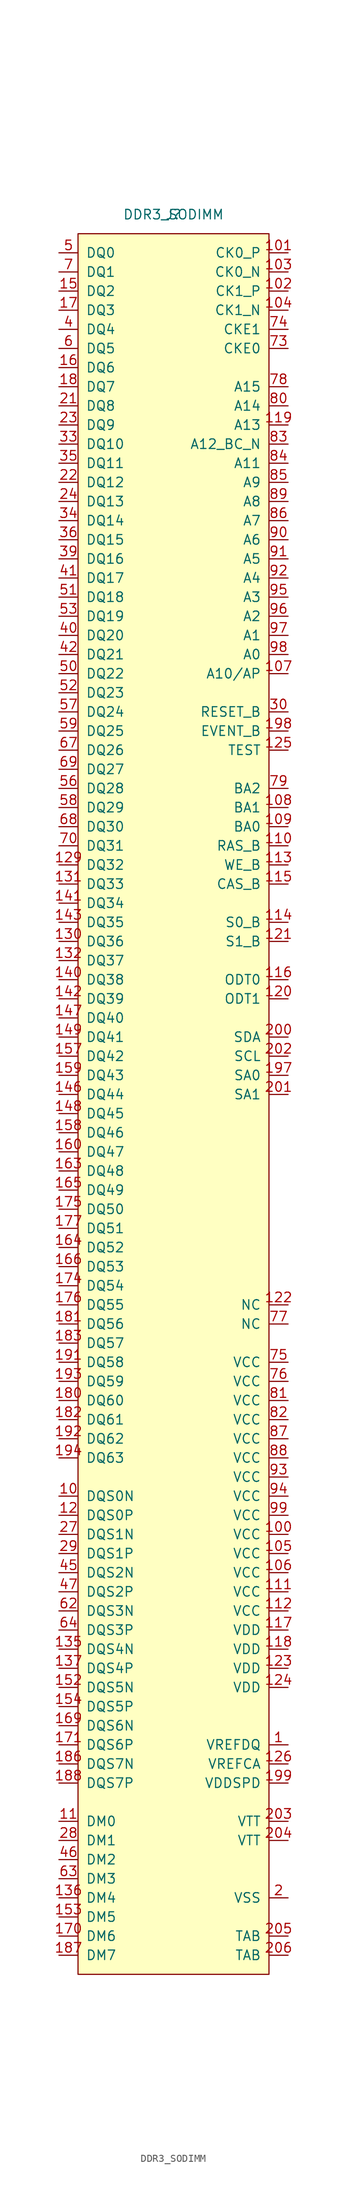
<source format=kicad_sym>
(kicad_symbol_lib
  (version 20231120)
  (generator "kicad_symbol_editor")
  (generator_version "8.0")
  (symbol "DDR3_SODIMM"
    (pin_names
      (offset 1.016))
    (property "Reference" "J"
      (at 0 0 0)
      (effects (font (size 1.27 1.27))))
    (property "Value" "DDR3_SODIMM"
      (at 0 0 0)
      (effects (font (size 1.27 1.27))))
    (symbol "DDR3_SODIMM_0_1"
      (rectangle (start -12.7 -2.54) (end 12.7 -233.68) (stroke (width 0) (type default)) (fill (type background))))
    (symbol "DDR3_SODIMM_1_1"
      (pin power_in line (at 15.24 -203.2 180) (length 2.54) (name "VREFDQ" (effects (font (size 1.27 1.27)))) (number "1" (effects (font (size 1.27 1.27)))))
      (pin bidirectional line (at -15.24 -170.18 0) (length 2.54) (name "DQS0N" (effects (font (size 1.27 1.27)))) (number "10" (effects (font (size 1.27 1.27)))))
      (pin power_in line (at 15.24 -175.26 180) (length 2.54) (name "VCC" (effects (font (size 1.27 1.27)))) (number "100" (effects (font (size 1.27 1.27)))))
      (pin input line (at 15.24 -5.08 180) (length 2.54) (name "CK0_P" (effects (font (size 1.27 1.27)))) (number "101" (effects (font (size 1.27 1.27)))))
      (pin input line (at 15.24 -10.16 180) (length 2.54) (name "CK1_P" (effects (font (size 1.27 1.27)))) (number "102" (effects (font (size 1.27 1.27)))))
      (pin input line (at 15.24 -7.62 180) (length 2.54) (name "CK0_N" (effects (font (size 1.27 1.27)))) (number "103" (effects (font (size 1.27 1.27)))))
      (pin input line (at 15.24 -12.7 180) (length 2.54) (name "CK1_N" (effects (font (size 1.27 1.27)))) (number "104" (effects (font (size 1.27 1.27)))))
      (pin power_in line (at 15.24 -177.8 180) (length 2.54) (name "VCC" (effects (font (size 1.27 1.27)))) (number "105" (effects (font (size 1.27 1.27)))))
      (pin power_in line (at 15.24 -180.34 180) (length 2.54) (name "VCC" (effects (font (size 1.27 1.27)))) (number "106" (effects (font (size 1.27 1.27)))))
      (pin input line (at 15.24 -60.96 180) (length 2.54) (name "A10/AP" (effects (font (size 1.27 1.27)))) (number "107" (effects (font (size 1.27 1.27)))))
      (pin input line (at 15.24 -78.74 180) (length 2.54) (name "BA1" (effects (font (size 1.27 1.27)))) (number "108" (effects (font (size 1.27 1.27)))))
      (pin input line (at 15.24 -81.28 180) (length 2.54) (name "BA0" (effects (font (size 1.27 1.27)))) (number "109" (effects (font (size 1.27 1.27)))))
      (pin input line (at -15.24 -213.36 0) (length 2.54) (name "DM0" (effects (font (size 1.27 1.27)))) (number "11" (effects (font (size 1.27 1.27)))))
      (pin input line (at 15.24 -83.82 180) (length 2.54) (name "RAS_B" (effects (font (size 1.27 1.27)))) (number "110" (effects (font (size 1.27 1.27)))))
      (pin power_in line (at 15.24 -182.88 180) (length 2.54) (name "VCC" (effects (font (size 1.27 1.27)))) (number "111" (effects (font (size 1.27 1.27)))))
      (pin power_in line (at 15.24 -185.42 180) (length 2.54) (name "VCC" (effects (font (size 1.27 1.27)))) (number "112" (effects (font (size 1.27 1.27)))))
      (pin input line (at 15.24 -86.36 180) (length 2.54) (name "WE_B" (effects (font (size 1.27 1.27)))) (number "113" (effects (font (size 1.27 1.27)))))
      (pin input line (at 15.24 -93.98 180) (length 2.54) (name "S0_B" (effects (font (size 1.27 1.27)))) (number "114" (effects (font (size 1.27 1.27)))))
      (pin input line (at 15.24 -88.9 180) (length 2.54) (name "CAS_B" (effects (font (size 1.27 1.27)))) (number "115" (effects (font (size 1.27 1.27)))))
      (pin input line (at 15.24 -101.6 180) (length 2.54) (name "ODT0" (effects (font (size 1.27 1.27)))) (number "116" (effects (font (size 1.27 1.27)))))
      (pin power_in line (at 15.24 -187.96 180) (length 2.54) (name "VDD" (effects (font (size 1.27 1.27)))) (number "117" (effects (font (size 1.27 1.27)))))
      (pin power_in line (at 15.24 -190.5 180) (length 2.54) (name "VDD" (effects (font (size 1.27 1.27)))) (number "118" (effects (font (size 1.27 1.27)))))
      (pin input line (at 15.24 -27.94 180) (length 2.54) (name "A13" (effects (font (size 1.27 1.27)))) (number "119" (effects (font (size 1.27 1.27)))))
      (pin bidirectional line (at -15.24 -172.72 0) (length 2.54) (name "DQS0P" (effects (font (size 1.27 1.27)))) (number "12" (effects (font (size 1.27 1.27)))))
      (pin input line (at 15.24 -104.14 180) (length 2.54) (name "ODT1" (effects (font (size 1.27 1.27)))) (number "120" (effects (font (size 1.27 1.27)))))
      (pin input line (at 15.24 -96.52 180) (length 2.54) (name "S1_B" (effects (font (size 1.27 1.27)))) (number "121" (effects (font (size 1.27 1.27)))))
      (pin passive line (at 15.24 -144.78 180) (length 2.54) (name "NC" (effects (font (size 1.27 1.27)))) (number "122" (effects (font (size 1.27 1.27)))))
      (pin power_in line (at 15.24 -193.04 180) (length 2.54) (name "VDD" (effects (font (size 1.27 1.27)))) (number "123" (effects (font (size 1.27 1.27)))))
      (pin power_in line (at 15.24 -195.58 180) (length 2.54) (name "VDD" (effects (font (size 1.27 1.27)))) (number "124" (effects (font (size 1.27 1.27)))))
      (pin input line (at 15.24 -71.12 180) (length 2.54) (name "TEST" (effects (font (size 1.27 1.27)))) (number "125" (effects (font (size 1.27 1.27)))))
      (pin power_in line (at 15.24 -205.74 180) (length 2.54) (name "VREFCA" (effects (font (size 1.27 1.27)))) (number "126" (effects (font (size 1.27 1.27)))))
      (pin power_in line (at 15.24 -223.52 180) (length 2.54) hide (name "VSS" (effects (font (size 1.27 1.27)))) (number "127" (effects (font (size 1.27 1.27)))))
      (pin power_in line (at 15.24 -223.52 180) (length 2.54) hide (name "VSS" (effects (font (size 1.27 1.27)))) (number "128" (effects (font (size 1.27 1.27)))))
      (pin bidirectional line (at -15.24 -86.36 0) (length 2.54) (name "DQ32" (effects (font (size 1.27 1.27)))) (number "129" (effects (font (size 1.27 1.27)))))
      (pin power_in line (at 15.24 -223.52 180) (length 2.54) hide (name "VSS" (effects (font (size 1.27 1.27)))) (number "13" (effects (font (size 1.27 1.27)))))
      (pin power_in line (at 15.24 -223.52 180) (length 2.54) hide (name "VSS" (effects (font (size 1.27 1.27)))) (number "13" (effects (font (size 1.27 1.27)))))
      (pin bidirectional line (at -15.24 -96.52 0) (length 2.54) (name "DQ36" (effects (font (size 1.27 1.27)))) (number "130" (effects (font (size 1.27 1.27)))))
      (pin bidirectional line (at -15.24 -88.9 0) (length 2.54) (name "DQ33" (effects (font (size 1.27 1.27)))) (number "131" (effects (font (size 1.27 1.27)))))
      (pin bidirectional line (at -15.24 -99.06 0) (length 2.54) (name "DQ37" (effects (font (size 1.27 1.27)))) (number "132" (effects (font (size 1.27 1.27)))))
      (pin power_in line (at 15.24 -223.52 180) (length 2.54) hide (name "VSS" (effects (font (size 1.27 1.27)))) (number "133" (effects (font (size 1.27 1.27)))))
      (pin power_in line (at 15.24 -223.52 180) (length 2.54) hide (name "VSS" (effects (font (size 1.27 1.27)))) (number "134" (effects (font (size 1.27 1.27)))))
      (pin bidirectional line (at -15.24 -190.5 0) (length 2.54) (name "DQS4N" (effects (font (size 1.27 1.27)))) (number "135" (effects (font (size 1.27 1.27)))))
      (pin input line (at -15.24 -223.52 0) (length 2.54) (name "DM4" (effects (font (size 1.27 1.27)))) (number "136" (effects (font (size 1.27 1.27)))))
      (pin bidirectional line (at -15.24 -193.04 0) (length 2.54) (name "DQS4P" (effects (font (size 1.27 1.27)))) (number "137" (effects (font (size 1.27 1.27)))))
      (pin power_in line (at 15.24 -223.52 180) (length 2.54) hide (name "VSS" (effects (font (size 1.27 1.27)))) (number "138" (effects (font (size 1.27 1.27)))))
      (pin power_in line (at 15.24 -223.52 180) (length 2.54) hide (name "VSS" (effects (font (size 1.27 1.27)))) (number "139" (effects (font (size 1.27 1.27)))))
      (pin power_in line (at 15.24 -223.52 180) (length 2.54) hide (name "VSS" (effects (font (size 1.27 1.27)))) (number "14" (effects (font (size 1.27 1.27)))))
      (pin bidirectional line (at -15.24 -101.6 0) (length 2.54) (name "DQ38" (effects (font (size 1.27 1.27)))) (number "140" (effects (font (size 1.27 1.27)))))
      (pin bidirectional line (at -15.24 -91.44 0) (length 2.54) (name "DQ34" (effects (font (size 1.27 1.27)))) (number "141" (effects (font (size 1.27 1.27)))))
      (pin bidirectional line (at -15.24 -104.14 0) (length 2.54) (name "DQ39" (effects (font (size 1.27 1.27)))) (number "142" (effects (font (size 1.27 1.27)))))
      (pin bidirectional line (at -15.24 -93.98 0) (length 2.54) (name "DQ35" (effects (font (size 1.27 1.27)))) (number "143" (effects (font (size 1.27 1.27)))))
      (pin power_in line (at 15.24 -223.52 180) (length 2.54) hide (name "VSS" (effects (font (size 1.27 1.27)))) (number "144" (effects (font (size 1.27 1.27)))))
      (pin power_in line (at 15.24 -223.52 180) (length 2.54) hide (name "VSS" (effects (font (size 1.27 1.27)))) (number "145" (effects (font (size 1.27 1.27)))))
      (pin bidirectional line (at -15.24 -116.84 0) (length 2.54) (name "DQ44" (effects (font (size 1.27 1.27)))) (number "146" (effects (font (size 1.27 1.27)))))
      (pin bidirectional line (at -15.24 -106.68 0) (length 2.54) (name "DQ40" (effects (font (size 1.27 1.27)))) (number "147" (effects (font (size 1.27 1.27)))))
      (pin bidirectional line (at -15.24 -119.38 0) (length 2.54) (name "DQ45" (effects (font (size 1.27 1.27)))) (number "148" (effects (font (size 1.27 1.27)))))
      (pin bidirectional line (at -15.24 -109.22 0) (length 2.54) (name "DQ41" (effects (font (size 1.27 1.27)))) (number "149" (effects (font (size 1.27 1.27)))))
      (pin bidirectional line (at -15.24 -10.16 0) (length 2.54) (name "DQ2" (effects (font (size 1.27 1.27)))) (number "15" (effects (font (size 1.27 1.27)))))
      (pin power_in line (at 15.24 -223.52 180) (length 2.54) hide (name "VSS" (effects (font (size 1.27 1.27)))) (number "150" (effects (font (size 1.27 1.27)))))
      (pin power_in line (at 15.24 -223.52 180) (length 2.54) hide (name "VSS" (effects (font (size 1.27 1.27)))) (number "151" (effects (font (size 1.27 1.27)))))
      (pin bidirectional line (at -15.24 -195.58 0) (length 2.54) (name "DQS5N" (effects (font (size 1.27 1.27)))) (number "152" (effects (font (size 1.27 1.27)))))
      (pin input line (at -15.24 -226.06 0) (length 2.54) (name "DM5" (effects (font (size 1.27 1.27)))) (number "153" (effects (font (size 1.27 1.27)))))
      (pin bidirectional line (at -15.24 -198.12 0) (length 2.54) (name "DQS5P" (effects (font (size 1.27 1.27)))) (number "154" (effects (font (size 1.27 1.27)))))
      (pin power_in line (at 15.24 -223.52 180) (length 2.54) hide (name "VSS" (effects (font (size 1.27 1.27)))) (number "155" (effects (font (size 1.27 1.27)))))
      (pin power_in line (at 15.24 -223.52 180) (length 2.54) hide (name "VSS" (effects (font (size 1.27 1.27)))) (number "156" (effects (font (size 1.27 1.27)))))
      (pin bidirectional line (at -15.24 -111.76 0) (length 2.54) (name "DQ42" (effects (font (size 1.27 1.27)))) (number "157" (effects (font (size 1.27 1.27)))))
      (pin bidirectional line (at -15.24 -121.92 0) (length 2.54) (name "DQ46" (effects (font (size 1.27 1.27)))) (number "158" (effects (font (size 1.27 1.27)))))
      (pin bidirectional line (at -15.24 -114.3 0) (length 2.54) (name "DQ43" (effects (font (size 1.27 1.27)))) (number "159" (effects (font (size 1.27 1.27)))))
      (pin bidirectional line (at -15.24 -20.32 0) (length 2.54) (name "DQ6" (effects (font (size 1.27 1.27)))) (number "16" (effects (font (size 1.27 1.27)))))
      (pin bidirectional line (at -15.24 -124.46 0) (length 2.54) (name "DQ47" (effects (font (size 1.27 1.27)))) (number "160" (effects (font (size 1.27 1.27)))))
      (pin power_in line (at 15.24 -223.52 180) (length 2.54) hide (name "VSS" (effects (font (size 1.27 1.27)))) (number "161" (effects (font (size 1.27 1.27)))))
      (pin power_in line (at 15.24 -223.52 180) (length 2.54) hide (name "VSS" (effects (font (size 1.27 1.27)))) (number "162" (effects (font (size 1.27 1.27)))))
      (pin bidirectional line (at -15.24 -127 0) (length 2.54) (name "DQ48" (effects (font (size 1.27 1.27)))) (number "163" (effects (font (size 1.27 1.27)))))
      (pin bidirectional line (at -15.24 -137.16 0) (length 2.54) (name "DQ52" (effects (font (size 1.27 1.27)))) (number "164" (effects (font (size 1.27 1.27)))))
      (pin bidirectional line (at -15.24 -129.54 0) (length 2.54) (name "DQ49" (effects (font (size 1.27 1.27)))) (number "165" (effects (font (size 1.27 1.27)))))
      (pin bidirectional line (at -15.24 -139.7 0) (length 2.54) (name "DQ53" (effects (font (size 1.27 1.27)))) (number "166" (effects (font (size 1.27 1.27)))))
      (pin power_in line (at 15.24 -223.52 180) (length 2.54) hide (name "VSS" (effects (font (size 1.27 1.27)))) (number "167" (effects (font (size 1.27 1.27)))))
      (pin power_in line (at 15.24 -223.52 180) (length 2.54) hide (name "VSS" (effects (font (size 1.27 1.27)))) (number "168" (effects (font (size 1.27 1.27)))))
      (pin bidirectional line (at -15.24 -200.66 0) (length 2.54) (name "DQS6N" (effects (font (size 1.27 1.27)))) (number "169" (effects (font (size 1.27 1.27)))))
      (pin bidirectional line (at -15.24 -12.7 0) (length 2.54) (name "DQ3" (effects (font (size 1.27 1.27)))) (number "17" (effects (font (size 1.27 1.27)))))
      (pin input line (at -15.24 -228.6 0) (length 2.54) (name "DM6" (effects (font (size 1.27 1.27)))) (number "170" (effects (font (size 1.27 1.27)))))
      (pin bidirectional line (at -15.24 -203.2 0) (length 2.54) (name "DQS6P" (effects (font (size 1.27 1.27)))) (number "171" (effects (font (size 1.27 1.27)))))
      (pin power_in line (at 15.24 -223.52 180) (length 2.54) hide (name "VSS" (effects (font (size 1.27 1.27)))) (number "172" (effects (font (size 1.27 1.27)))))
      (pin power_in line (at 15.24 -223.52 180) (length 2.54) hide (name "VSS" (effects (font (size 1.27 1.27)))) (number "173" (effects (font (size 1.27 1.27)))))
      (pin bidirectional line (at -15.24 -142.24 0) (length 2.54) (name "DQ54" (effects (font (size 1.27 1.27)))) (number "174" (effects (font (size 1.27 1.27)))))
      (pin bidirectional line (at -15.24 -132.08 0) (length 2.54) (name "DQ50" (effects (font (size 1.27 1.27)))) (number "175" (effects (font (size 1.27 1.27)))))
      (pin bidirectional line (at -15.24 -144.78 0) (length 2.54) (name "DQ55" (effects (font (size 1.27 1.27)))) (number "176" (effects (font (size 1.27 1.27)))))
      (pin bidirectional line (at -15.24 -134.62 0) (length 2.54) (name "DQ51" (effects (font (size 1.27 1.27)))) (number "177" (effects (font (size 1.27 1.27)))))
      (pin power_in line (at 15.24 -223.52 180) (length 2.54) hide (name "VSS" (effects (font (size 1.27 1.27)))) (number "178" (effects (font (size 1.27 1.27)))))
      (pin power_in line (at 15.24 -223.52 180) (length 2.54) hide (name "VSS" (effects (font (size 1.27 1.27)))) (number "179" (effects (font (size 1.27 1.27)))))
      (pin bidirectional line (at -15.24 -22.86 0) (length 2.54) (name "DQ7" (effects (font (size 1.27 1.27)))) (number "18" (effects (font (size 1.27 1.27)))))
      (pin bidirectional line (at -15.24 -157.48 0) (length 2.54) (name "DQ60" (effects (font (size 1.27 1.27)))) (number "180" (effects (font (size 1.27 1.27)))))
      (pin bidirectional line (at -15.24 -147.32 0) (length 2.54) (name "DQ56" (effects (font (size 1.27 1.27)))) (number "181" (effects (font (size 1.27 1.27)))))
      (pin bidirectional line (at -15.24 -160.02 0) (length 2.54) (name "DQ61" (effects (font (size 1.27 1.27)))) (number "182" (effects (font (size 1.27 1.27)))))
      (pin bidirectional line (at -15.24 -149.86 0) (length 2.54) (name "DQ57" (effects (font (size 1.27 1.27)))) (number "183" (effects (font (size 1.27 1.27)))))
      (pin power_in line (at 15.24 -223.52 180) (length 2.54) hide (name "VSS" (effects (font (size 1.27 1.27)))) (number "184" (effects (font (size 1.27 1.27)))))
      (pin power_in line (at 15.24 -223.52 180) (length 2.54) hide (name "VSS" (effects (font (size 1.27 1.27)))) (number "185" (effects (font (size 1.27 1.27)))))
      (pin power_in line (at 15.24 -223.52 180) (length 2.54) hide (name "VSS" (effects (font (size 1.27 1.27)))) (number "185" (effects (font (size 1.27 1.27)))))
      (pin bidirectional line (at -15.24 -205.74 0) (length 2.54) (name "DQS7N" (effects (font (size 1.27 1.27)))) (number "186" (effects (font (size 1.27 1.27)))))
      (pin input line (at -15.24 -231.14 0) (length 2.54) (name "DM7" (effects (font (size 1.27 1.27)))) (number "187" (effects (font (size 1.27 1.27)))))
      (pin bidirectional line (at -15.24 -208.28 0) (length 2.54) (name "DQS7P" (effects (font (size 1.27 1.27)))) (number "188" (effects (font (size 1.27 1.27)))))
      (pin power_in line (at 15.24 -223.52 180) (length 2.54) hide (name "VSS" (effects (font (size 1.27 1.27)))) (number "189" (effects (font (size 1.27 1.27)))))
      (pin power_in line (at 15.24 -223.52 180) (length 2.54) hide (name "VSS" (effects (font (size 1.27 1.27)))) (number "19" (effects (font (size 1.27 1.27)))))
      (pin power_in line (at 15.24 -223.52 180) (length 2.54) hide (name "VSS" (effects (font (size 1.27 1.27)))) (number "190" (effects (font (size 1.27 1.27)))))
      (pin bidirectional line (at -15.24 -152.4 0) (length 2.54) (name "DQ58" (effects (font (size 1.27 1.27)))) (number "191" (effects (font (size 1.27 1.27)))))
      (pin bidirectional line (at -15.24 -162.56 0) (length 2.54) (name "DQ62" (effects (font (size 1.27 1.27)))) (number "192" (effects (font (size 1.27 1.27)))))
      (pin bidirectional line (at -15.24 -154.94 0) (length 2.54) (name "DQ59" (effects (font (size 1.27 1.27)))) (number "193" (effects (font (size 1.27 1.27)))))
      (pin bidirectional line (at -15.24 -165.1 0) (length 2.54) (name "DQ63" (effects (font (size 1.27 1.27)))) (number "194" (effects (font (size 1.27 1.27)))))
      (pin power_in line (at 15.24 -223.52 180) (length 2.54) hide (name "VSS" (effects (font (size 1.27 1.27)))) (number "195" (effects (font (size 1.27 1.27)))))
      (pin power_in line (at 15.24 -223.52 180) (length 2.54) hide (name "VSS" (effects (font (size 1.27 1.27)))) (number "196" (effects (font (size 1.27 1.27)))))
      (pin bidirectional line (at 15.24 -114.3 180) (length 2.54) (name "SA0" (effects (font (size 1.27 1.27)))) (number "197" (effects (font (size 1.27 1.27)))))
      (pin input line (at 15.24 -68.58 180) (length 2.54) (name "EVENT_B" (effects (font (size 1.27 1.27)))) (number "198" (effects (font (size 1.27 1.27)))))
      (pin power_in line (at 15.24 -208.28 180) (length 2.54) (name "VDDSPD" (effects (font (size 1.27 1.27)))) (number "199" (effects (font (size 1.27 1.27)))))
      (pin power_in line (at 15.24 -223.52 180) (length 2.54) (name "VSS" (effects (font (size 1.27 1.27)))) (number "2" (effects (font (size 1.27 1.27)))))
      (pin power_in line (at 15.24 -223.52 180) (length 2.54) hide (name "VSS" (effects (font (size 1.27 1.27)))) (number "20" (effects (font (size 1.27 1.27)))))
      (pin bidirectional line (at 15.24 -109.22 180) (length 2.54) (name "SDA" (effects (font (size 1.27 1.27)))) (number "200" (effects (font (size 1.27 1.27)))))
      (pin bidirectional line (at 15.24 -116.84 180) (length 2.54) (name "SA1" (effects (font (size 1.27 1.27)))) (number "201" (effects (font (size 1.27 1.27)))))
      (pin bidirectional line (at 15.24 -111.76 180) (length 2.54) (name "SCL" (effects (font (size 1.27 1.27)))) (number "202" (effects (font (size 1.27 1.27)))))
      (pin power_in line (at 15.24 -213.36 180) (length 2.54) (name "VTT" (effects (font (size 1.27 1.27)))) (number "203" (effects (font (size 1.27 1.27)))))
      (pin power_in line (at 15.24 -215.9 180) (length 2.54) (name "VTT" (effects (font (size 1.27 1.27)))) (number "204" (effects (font (size 1.27 1.27)))))
      (pin passive line (at 15.24 -228.6 180) (length 2.54) (name "TAB" (effects (font (size 1.27 1.27)))) (number "205" (effects (font (size 1.27 1.27)))))
      (pin passive line (at 15.24 -231.14 180) (length 2.54) (name "TAB" (effects (font (size 1.27 1.27)))) (number "206" (effects (font (size 1.27 1.27)))))
      (pin bidirectional line (at -15.24 -25.4 0) (length 2.54) (name "DQ8" (effects (font (size 1.27 1.27)))) (number "21" (effects (font (size 1.27 1.27)))))
      (pin bidirectional line (at -15.24 -35.56 0) (length 2.54) (name "DQ12" (effects (font (size 1.27 1.27)))) (number "22" (effects (font (size 1.27 1.27)))))
      (pin bidirectional line (at -15.24 -27.94 0) (length 2.54) (name "DQ9" (effects (font (size 1.27 1.27)))) (number "23" (effects (font (size 1.27 1.27)))))
      (pin bidirectional line (at -15.24 -38.1 0) (length 2.54) (name "DQ13" (effects (font (size 1.27 1.27)))) (number "24" (effects (font (size 1.27 1.27)))))
      (pin power_in line (at 15.24 -223.52 180) (length 2.54) hide (name "VSS" (effects (font (size 1.27 1.27)))) (number "25" (effects (font (size 1.27 1.27)))))
      (pin power_in line (at 15.24 -223.52 180) (length 2.54) hide (name "VSS" (effects (font (size 1.27 1.27)))) (number "26" (effects (font (size 1.27 1.27)))))
      (pin bidirectional line (at -15.24 -175.26 0) (length 2.54) (name "DQS1N" (effects (font (size 1.27 1.27)))) (number "27" (effects (font (size 1.27 1.27)))))
      (pin input line (at -15.24 -215.9 0) (length 2.54) (name "DM1" (effects (font (size 1.27 1.27)))) (number "28" (effects (font (size 1.27 1.27)))))
      (pin bidirectional line (at -15.24 -177.8 0) (length 2.54) (name "DQS1P" (effects (font (size 1.27 1.27)))) (number "29" (effects (font (size 1.27 1.27)))))
      (pin power_in line (at 15.24 -223.52 180) (length 2.54) hide (name "VSS" (effects (font (size 1.27 1.27)))) (number "3" (effects (font (size 1.27 1.27)))))
      (pin input line (at 15.24 -66.04 180) (length 2.54) (name "RESET_B" (effects (font (size 1.27 1.27)))) (number "30" (effects (font (size 1.27 1.27)))))
      (pin power_in line (at 15.24 -223.52 180) (length 2.54) hide (name "VSS" (effects (font (size 1.27 1.27)))) (number "31" (effects (font (size 1.27 1.27)))))
      (pin power_in line (at 15.24 -223.52 180) (length 2.54) hide (name "VSS" (effects (font (size 1.27 1.27)))) (number "32" (effects (font (size 1.27 1.27)))))
      (pin bidirectional line (at -15.24 -30.48 0) (length 2.54) (name "DQ10" (effects (font (size 1.27 1.27)))) (number "33" (effects (font (size 1.27 1.27)))))
      (pin bidirectional line (at -15.24 -40.64 0) (length 2.54) (name "DQ14" (effects (font (size 1.27 1.27)))) (number "34" (effects (font (size 1.27 1.27)))))
      (pin bidirectional line (at -15.24 -33.02 0) (length 2.54) (name "DQ11" (effects (font (size 1.27 1.27)))) (number "35" (effects (font (size 1.27 1.27)))))
      (pin bidirectional line (at -15.24 -43.18 0) (length 2.54) (name "DQ15" (effects (font (size 1.27 1.27)))) (number "36" (effects (font (size 1.27 1.27)))))
      (pin power_in line (at 15.24 -223.52 180) (length 2.54) hide (name "VSS" (effects (font (size 1.27 1.27)))) (number "37" (effects (font (size 1.27 1.27)))))
      (pin power_in line (at 15.24 -223.52 180) (length 2.54) hide (name "VSS" (effects (font (size 1.27 1.27)))) (number "38" (effects (font (size 1.27 1.27)))))
      (pin bidirectional line (at -15.24 -45.72 0) (length 2.54) (name "DQ16" (effects (font (size 1.27 1.27)))) (number "39" (effects (font (size 1.27 1.27)))))
      (pin bidirectional line (at -15.24 -15.24 0) (length 2.54) (name "DQ4" (effects (font (size 1.27 1.27)))) (number "4" (effects (font (size 1.27 1.27)))))
      (pin bidirectional line (at -15.24 -55.88 0) (length 2.54) (name "DQ20" (effects (font (size 1.27 1.27)))) (number "40" (effects (font (size 1.27 1.27)))))
      (pin bidirectional line (at -15.24 -48.26 0) (length 2.54) (name "DQ17" (effects (font (size 1.27 1.27)))) (number "41" (effects (font (size 1.27 1.27)))))
      (pin bidirectional line (at -15.24 -58.42 0) (length 2.54) (name "DQ21" (effects (font (size 1.27 1.27)))) (number "42" (effects (font (size 1.27 1.27)))))
      (pin power_in line (at 15.24 -223.52 180) (length 2.54) hide (name "VSS" (effects (font (size 1.27 1.27)))) (number "43" (effects (font (size 1.27 1.27)))))
      (pin power_in line (at 15.24 -223.52 180) (length 2.54) hide (name "VSS" (effects (font (size 1.27 1.27)))) (number "43" (effects (font (size 1.27 1.27)))))
      (pin power_in line (at 15.24 -223.52 180) (length 2.54) hide (name "VSS" (effects (font (size 1.27 1.27)))) (number "44" (effects (font (size 1.27 1.27)))))
      (pin bidirectional line (at -15.24 -180.34 0) (length 2.54) (name "DQS2N" (effects (font (size 1.27 1.27)))) (number "45" (effects (font (size 1.27 1.27)))))
      (pin input line (at -15.24 -218.44 0) (length 2.54) (name "DM2" (effects (font (size 1.27 1.27)))) (number "46" (effects (font (size 1.27 1.27)))))
      (pin bidirectional line (at -15.24 -182.88 0) (length 2.54) (name "DQS2P" (effects (font (size 1.27 1.27)))) (number "47" (effects (font (size 1.27 1.27)))))
      (pin power_in line (at 15.24 -223.52 180) (length 2.54) hide (name "VSS" (effects (font (size 1.27 1.27)))) (number "48" (effects (font (size 1.27 1.27)))))
      (pin power_in line (at 15.24 -223.52 180) (length 2.54) hide (name "VSS" (effects (font (size 1.27 1.27)))) (number "49" (effects (font (size 1.27 1.27)))))
      (pin bidirectional line (at -15.24 -5.08 0) (length 2.54) (name "DQ0" (effects (font (size 1.27 1.27)))) (number "5" (effects (font (size 1.27 1.27)))))
      (pin bidirectional line (at -15.24 -60.96 0) (length 2.54) (name "DQ22" (effects (font (size 1.27 1.27)))) (number "50" (effects (font (size 1.27 1.27)))))
      (pin bidirectional line (at -15.24 -50.8 0) (length 2.54) (name "DQ18" (effects (font (size 1.27 1.27)))) (number "51" (effects (font (size 1.27 1.27)))))
      (pin bidirectional line (at -15.24 -63.5 0) (length 2.54) (name "DQ23" (effects (font (size 1.27 1.27)))) (number "52" (effects (font (size 1.27 1.27)))))
      (pin bidirectional line (at -15.24 -53.34 0) (length 2.54) (name "DQ19" (effects (font (size 1.27 1.27)))) (number "53" (effects (font (size 1.27 1.27)))))
      (pin power_in line (at 15.24 -223.52 180) (length 2.54) hide (name "VSS" (effects (font (size 1.27 1.27)))) (number "54" (effects (font (size 1.27 1.27)))))
      (pin power_in line (at 15.24 -223.52 180) (length 2.54) hide (name "VSS" (effects (font (size 1.27 1.27)))) (number "55" (effects (font (size 1.27 1.27)))))
      (pin bidirectional line (at -15.24 -76.2 0) (length 2.54) (name "DQ28" (effects (font (size 1.27 1.27)))) (number "56" (effects (font (size 1.27 1.27)))))
      (pin bidirectional line (at -15.24 -66.04 0) (length 2.54) (name "DQ24" (effects (font (size 1.27 1.27)))) (number "57" (effects (font (size 1.27 1.27)))))
      (pin bidirectional line (at -15.24 -78.74 0) (length 2.54) (name "DQ29" (effects (font (size 1.27 1.27)))) (number "58" (effects (font (size 1.27 1.27)))))
      (pin bidirectional line (at -15.24 -68.58 0) (length 2.54) (name "DQ25" (effects (font (size 1.27 1.27)))) (number "59" (effects (font (size 1.27 1.27)))))
      (pin bidirectional line (at -15.24 -17.78 0) (length 2.54) (name "DQ5" (effects (font (size 1.27 1.27)))) (number "6" (effects (font (size 1.27 1.27)))))
      (pin power_in line (at 15.24 -223.52 180) (length 2.54) hide (name "VSS" (effects (font (size 1.27 1.27)))) (number "60" (effects (font (size 1.27 1.27)))))
      (pin power_in line (at 15.24 -223.52 180) (length 2.54) hide (name "VSS" (effects (font (size 1.27 1.27)))) (number "61" (effects (font (size 1.27 1.27)))))
      (pin bidirectional line (at -15.24 -185.42 0) (length 2.54) (name "DQS3N" (effects (font (size 1.27 1.27)))) (number "62" (effects (font (size 1.27 1.27)))))
      (pin input line (at -15.24 -220.98 0) (length 2.54) (name "DM3" (effects (font (size 1.27 1.27)))) (number "63" (effects (font (size 1.27 1.27)))))
      (pin bidirectional line (at -15.24 -187.96 0) (length 2.54) (name "DQS3P" (effects (font (size 1.27 1.27)))) (number "64" (effects (font (size 1.27 1.27)))))
      (pin power_in line (at 15.24 -223.52 180) (length 2.54) hide (name "VSS" (effects (font (size 1.27 1.27)))) (number "65" (effects (font (size 1.27 1.27)))))
      (pin power_in line (at 15.24 -223.52 180) (length 2.54) hide (name "VSS" (effects (font (size 1.27 1.27)))) (number "66" (effects (font (size 1.27 1.27)))))
      (pin bidirectional line (at -15.24 -71.12 0) (length 2.54) (name "DQ26" (effects (font (size 1.27 1.27)))) (number "67" (effects (font (size 1.27 1.27)))))
      (pin bidirectional line (at -15.24 -81.28 0) (length 2.54) (name "DQ30" (effects (font (size 1.27 1.27)))) (number "68" (effects (font (size 1.27 1.27)))))
      (pin bidirectional line (at -15.24 -73.66 0) (length 2.54) (name "DQ27" (effects (font (size 1.27 1.27)))) (number "69" (effects (font (size 1.27 1.27)))))
      (pin bidirectional line (at -15.24 -7.62 0) (length 2.54) (name "DQ1" (effects (font (size 1.27 1.27)))) (number "7" (effects (font (size 1.27 1.27)))))
      (pin bidirectional line (at -15.24 -83.82 0) (length 2.54) (name "DQ31" (effects (font (size 1.27 1.27)))) (number "70" (effects (font (size 1.27 1.27)))))
      (pin power_in line (at 15.24 -223.52 180) (length 2.54) hide (name "VSS" (effects (font (size 1.27 1.27)))) (number "71" (effects (font (size 1.27 1.27)))))
      (pin power_in line (at 15.24 -223.52 180) (length 2.54) hide (name "VSS" (effects (font (size 1.27 1.27)))) (number "72" (effects (font (size 1.27 1.27)))))
      (pin input line (at 15.24 -17.78 180) (length 2.54) (name "CKE0" (effects (font (size 1.27 1.27)))) (number "73" (effects (font (size 1.27 1.27)))))
      (pin input line (at 15.24 -15.24 180) (length 2.54) (name "CKE1" (effects (font (size 1.27 1.27)))) (number "74" (effects (font (size 1.27 1.27)))))
      (pin power_in line (at 15.24 -152.4 180) (length 2.54) (name "VCC" (effects (font (size 1.27 1.27)))) (number "75" (effects (font (size 1.27 1.27)))))
      (pin power_in line (at 15.24 -154.94 180) (length 2.54) (name "VCC" (effects (font (size 1.27 1.27)))) (number "76" (effects (font (size 1.27 1.27)))))
      (pin passive line (at 15.24 -147.32 180) (length 2.54) (name "NC" (effects (font (size 1.27 1.27)))) (number "77" (effects (font (size 1.27 1.27)))))
      (pin input line (at 15.24 -22.86 180) (length 2.54) (name "A15" (effects (font (size 1.27 1.27)))) (number "78" (effects (font (size 1.27 1.27)))))
      (pin input line (at 15.24 -76.2 180) (length 2.54) (name "BA2" (effects (font (size 1.27 1.27)))) (number "79" (effects (font (size 1.27 1.27)))))
      (pin power_in line (at 15.24 -223.52 180) (length 2.54) hide (name "VSS" (effects (font (size 1.27 1.27)))) (number "8" (effects (font (size 1.27 1.27)))))
      (pin input line (at 15.24 -25.4 180) (length 2.54) (name "A14" (effects (font (size 1.27 1.27)))) (number "80" (effects (font (size 1.27 1.27)))))
      (pin power_in line (at 15.24 -157.48 180) (length 2.54) (name "VCC" (effects (font (size 1.27 1.27)))) (number "81" (effects (font (size 1.27 1.27)))))
      (pin power_in line (at 15.24 -160.02 180) (length 2.54) (name "VCC" (effects (font (size 1.27 1.27)))) (number "82" (effects (font (size 1.27 1.27)))))
      (pin input line (at 15.24 -30.48 180) (length 2.54) (name "A12_BC_N" (effects (font (size 1.27 1.27)))) (number "83" (effects (font (size 1.27 1.27)))))
      (pin input line (at 15.24 -33.02 180) (length 2.54) (name "A11" (effects (font (size 1.27 1.27)))) (number "84" (effects (font (size 1.27 1.27)))))
      (pin input line (at 15.24 -35.56 180) (length 2.54) (name "A9" (effects (font (size 1.27 1.27)))) (number "85" (effects (font (size 1.27 1.27)))))
      (pin input line (at 15.24 -40.64 180) (length 2.54) (name "A7" (effects (font (size 1.27 1.27)))) (number "86" (effects (font (size 1.27 1.27)))))
      (pin power_in line (at 15.24 -162.56 180) (length 2.54) (name "VCC" (effects (font (size 1.27 1.27)))) (number "87" (effects (font (size 1.27 1.27)))))
      (pin power_in line (at 15.24 -165.1 180) (length 2.54) (name "VCC" (effects (font (size 1.27 1.27)))) (number "88" (effects (font (size 1.27 1.27)))))
      (pin input line (at 15.24 -38.1 180) (length 2.54) (name "A8" (effects (font (size 1.27 1.27)))) (number "89" (effects (font (size 1.27 1.27)))))
      (pin power_in line (at 15.24 -223.52 180) (length 2.54) hide (name "VSS" (effects (font (size 1.27 1.27)))) (number "9" (effects (font (size 1.27 1.27)))))
      (pin input line (at 15.24 -43.18 180) (length 2.54) (name "A6" (effects (font (size 1.27 1.27)))) (number "90" (effects (font (size 1.27 1.27)))))
      (pin input line (at 15.24 -45.72 180) (length 2.54) (name "A5" (effects (font (size 1.27 1.27)))) (number "91" (effects (font (size 1.27 1.27)))))
      (pin input line (at 15.24 -48.26 180) (length 2.54) (name "A4" (effects (font (size 1.27 1.27)))) (number "92" (effects (font (size 1.27 1.27)))))
      (pin power_in line (at 15.24 -167.64 180) (length 2.54) (name "VCC" (effects (font (size 1.27 1.27)))) (number "93" (effects (font (size 1.27 1.27)))))
      (pin power_in line (at 15.24 -170.18 180) (length 2.54) (name "VCC" (effects (font (size 1.27 1.27)))) (number "94" (effects (font (size 1.27 1.27)))))
      (pin input line (at 15.24 -50.8 180) (length 2.54) (name "A3" (effects (font (size 1.27 1.27)))) (number "95" (effects (font (size 1.27 1.27)))))
      (pin input line (at 15.24 -53.34 180) (length 2.54) (name "A2" (effects (font (size 1.27 1.27)))) (number "96" (effects (font (size 1.27 1.27)))))
      (pin input line (at 15.24 -55.88 180) (length 2.54) (name "A1" (effects (font (size 1.27 1.27)))) (number "97" (effects (font (size 1.27 1.27)))))
      (pin input line (at 15.24 -58.42 180) (length 2.54) (name "A0" (effects (font (size 1.27 1.27)))) (number "98" (effects (font (size 1.27 1.27)))))
      (pin power_in line (at 15.24 -172.72 180) (length 2.54) (name "VCC" (effects (font (size 1.27 1.27)))) (number "99" (effects (font (size 1.27 1.27))))))))
</source>
